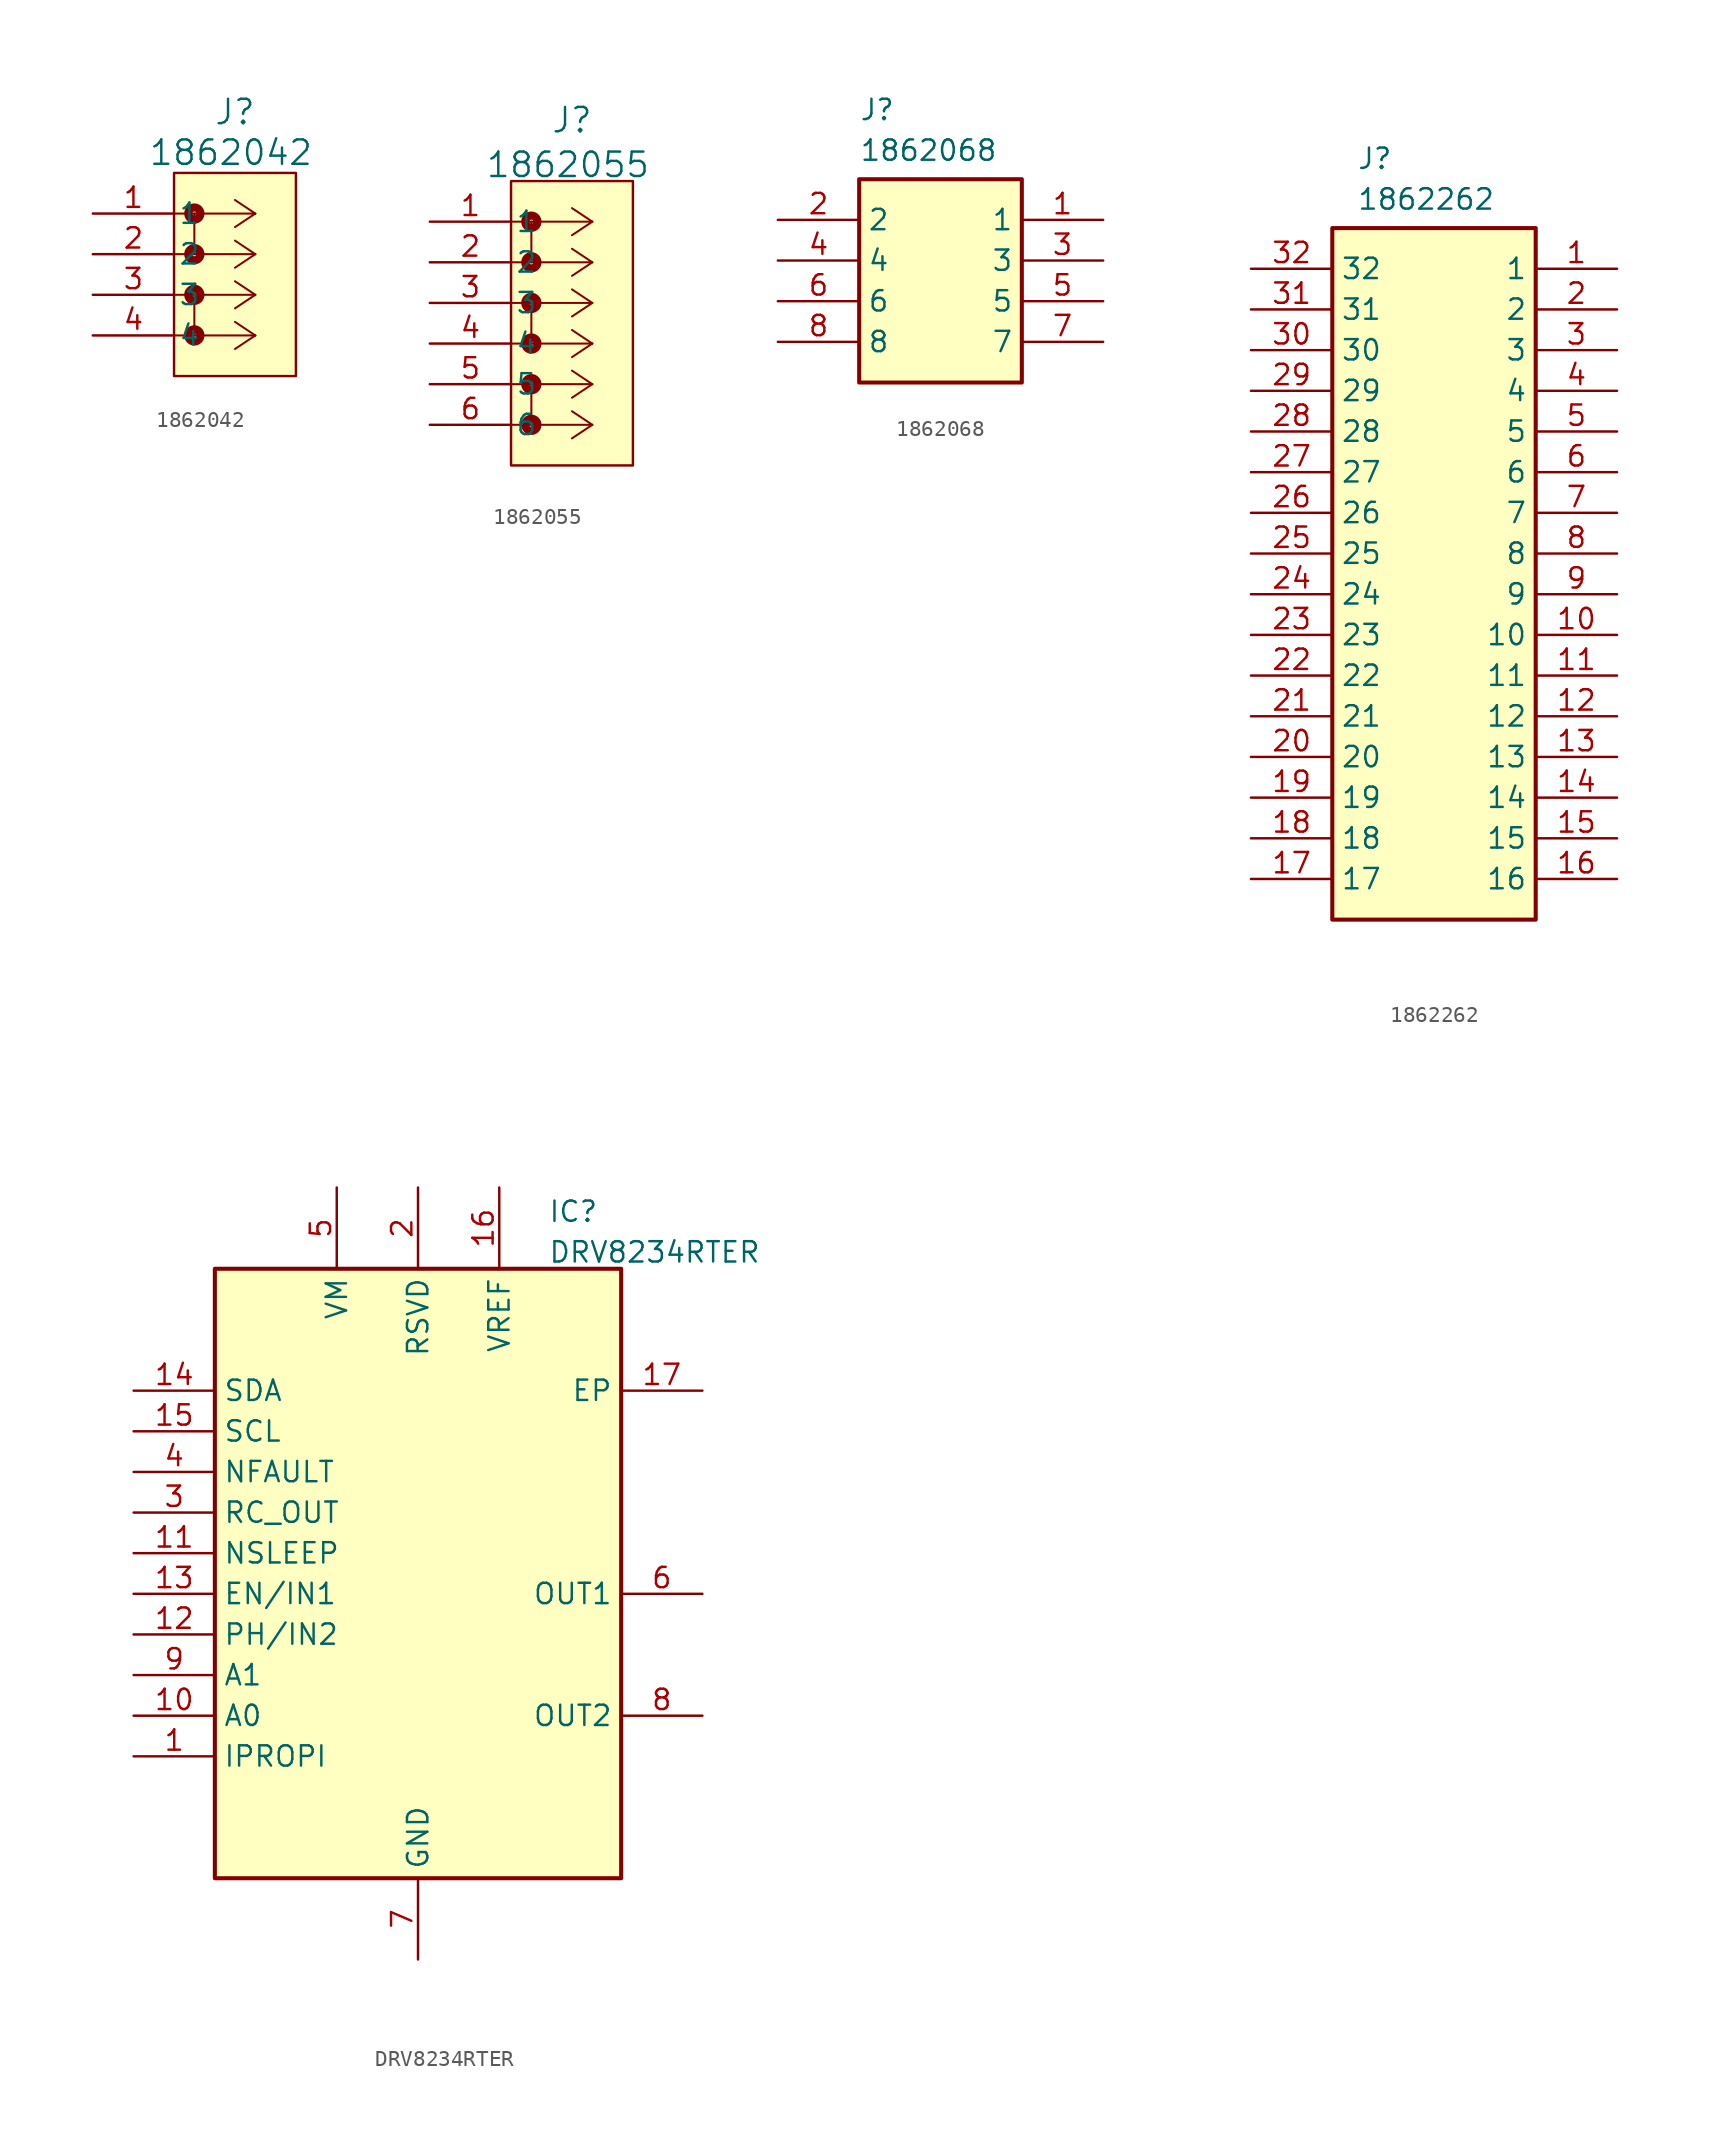
<source format=kicad_sym>
(kicad_symbol_lib
  (version 20231120)
  (generator "kicad_symbol_editor")
  (generator_version "8.0")
  (symbol "1862042"
    (pin_names
      (offset 0.254))
    (property "Reference" "J"
      (at 8.89 6.35 0)
      (effects (font (size 1.524 1.524))))
    (property "Value" "1862042"
      (at 8.636 3.81 0)
      (effects (font (size 1.524 1.524))))
    (symbol "1862042_0_1"
      (polyline (pts (xy 6.35 -5.08) (xy 6.35 -7.62)) (stroke (width 0.127) (type default)) (fill (type none)))
      (polyline (pts (xy 6.35 0) (xy 6.35 -2.54)) (stroke (width 0.127) (type default)) (fill (type none)))
      (polyline (pts (xy 10.16 -7.62) (xy 5.08 -7.62)) (stroke (width 0.127) (type default)) (fill (type none)))
      (polyline (pts (xy 10.16 -7.62) (xy 8.89 -8.467)) (stroke (width 0.127) (type default)) (fill (type none)))
      (polyline (pts (xy 10.16 -7.62) (xy 8.89 -6.773)) (stroke (width 0.127) (type default)) (fill (type none)))
      (polyline (pts (xy 10.16 -5.08) (xy 5.08 -5.08)) (stroke (width 0.127) (type default)) (fill (type none)))
      (polyline (pts (xy 10.16 -5.08) (xy 8.89 -5.927)) (stroke (width 0.127) (type default)) (fill (type none)))
      (polyline (pts (xy 10.16 -5.08) (xy 8.89 -4.233)) (stroke (width 0.127) (type default)) (fill (type none)))
      (polyline (pts (xy 10.16 -2.54) (xy 5.08 -2.54)) (stroke (width 0.127) (type default)) (fill (type none)))
      (polyline (pts (xy 10.16 -2.54) (xy 8.89 -3.387)) (stroke (width 0.127) (type default)) (fill (type none)))
      (polyline (pts (xy 10.16 -2.54) (xy 8.89 -1.693)) (stroke (width 0.127) (type default)) (fill (type none)))
      (polyline (pts (xy 10.16 0) (xy 5.08 0)) (stroke (width 0.127) (type default)) (fill (type none)))
      (polyline (pts (xy 10.16 0) (xy 8.89 -0.847)) (stroke (width 0.127) (type default)) (fill (type none)))
      (polyline (pts (xy 10.16 0) (xy 8.89 0.847)) (stroke (width 0.127) (type default)) (fill (type none)))
      (circle (center 6.35 -7.62) (radius 0.127) (stroke (width 0.508) (type default)) (fill (type none)))
      (circle (center 6.35 -5.08) (radius 0.127) (stroke (width 0.508) (type default)) (fill (type none)))
      (circle (center 6.35 -2.54) (radius 0.127) (stroke (width 0.508) (type default)) (fill (type none)))
      (circle (center 6.35 0) (radius 0.127) (stroke (width 0.508) (type default)) (fill (type none))))
    (symbol "1862042_1_1"
      (rectangle (start 5.08 2.54) (end 12.7 -10.16) (stroke (width 0) (type default)) (fill (type color) (color 255 255 194 1)))
      (pin passive line (at 0 0 0) (length 5.08) (name "1" (effects (font (size 1.27 1.27)))) (number "1" (effects (font (size 1.27 1.27)))))
      (pin passive line (at 0 -2.54 0) (length 5.08) (name "2" (effects (font (size 1.27 1.27)))) (number "2" (effects (font (size 1.27 1.27)))))
      (pin passive line (at 0 -5.08 0) (length 5.08) (name "3" (effects (font (size 1.27 1.27)))) (number "3" (effects (font (size 1.27 1.27)))))
      (pin passive line (at 0 -7.62 0) (length 5.08) (name "4" (effects (font (size 1.27 1.27)))) (number "4" (effects (font (size 1.27 1.27)))))))
  (symbol "1862055"
    (pin_names
      (offset 0.254))
    (property "Reference" "J"
      (at 8.89 6.35 0)
      (effects (font (size 1.524 1.524))))
    (property "Value" "1862055"
      (at 8.636 3.556 0)
      (effects (font (size 1.524 1.524))))
    (symbol "1862055_0_1"
      (polyline (pts (xy 6.35 -10.16) (xy 6.35 -12.7)) (stroke (width 0.127) (type default)) (fill (type none)))
      (polyline (pts (xy 6.35 -5.08) (xy 6.35 -7.62)) (stroke (width 0.127) (type default)) (fill (type none)))
      (polyline (pts (xy 6.35 0) (xy 6.35 -2.54)) (stroke (width 0.127) (type default)) (fill (type none)))
      (polyline (pts (xy 10.16 -12.7) (xy 5.08 -12.7)) (stroke (width 0.127) (type default)) (fill (type none)))
      (polyline (pts (xy 10.16 -12.7) (xy 8.89 -13.547)) (stroke (width 0.127) (type default)) (fill (type none)))
      (polyline (pts (xy 10.16 -12.7) (xy 8.89 -11.853)) (stroke (width 0.127) (type default)) (fill (type none)))
      (polyline (pts (xy 10.16 -10.16) (xy 5.08 -10.16)) (stroke (width 0.127) (type default)) (fill (type none)))
      (polyline (pts (xy 10.16 -10.16) (xy 8.89 -11.007)) (stroke (width 0.127) (type default)) (fill (type none)))
      (polyline (pts (xy 10.16 -10.16) (xy 8.89 -9.313)) (stroke (width 0.127) (type default)) (fill (type none)))
      (polyline (pts (xy 10.16 -7.62) (xy 5.08 -7.62)) (stroke (width 0.127) (type default)) (fill (type none)))
      (polyline (pts (xy 10.16 -7.62) (xy 8.89 -8.467)) (stroke (width 0.127) (type default)) (fill (type none)))
      (polyline (pts (xy 10.16 -7.62) (xy 8.89 -6.773)) (stroke (width 0.127) (type default)) (fill (type none)))
      (polyline (pts (xy 10.16 -5.08) (xy 5.08 -5.08)) (stroke (width 0.127) (type default)) (fill (type none)))
      (polyline (pts (xy 10.16 -5.08) (xy 8.89 -5.927)) (stroke (width 0.127) (type default)) (fill (type none)))
      (polyline (pts (xy 10.16 -5.08) (xy 8.89 -4.233)) (stroke (width 0.127) (type default)) (fill (type none)))
      (polyline (pts (xy 10.16 -2.54) (xy 5.08 -2.54)) (stroke (width 0.127) (type default)) (fill (type none)))
      (polyline (pts (xy 10.16 -2.54) (xy 8.89 -3.387)) (stroke (width 0.127) (type default)) (fill (type none)))
      (polyline (pts (xy 10.16 -2.54) (xy 8.89 -1.693)) (stroke (width 0.127) (type default)) (fill (type none)))
      (polyline (pts (xy 10.16 0) (xy 5.08 0)) (stroke (width 0.127) (type default)) (fill (type none)))
      (polyline (pts (xy 10.16 0) (xy 8.89 -0.847)) (stroke (width 0.127) (type default)) (fill (type none)))
      (polyline (pts (xy 10.16 0) (xy 8.89 0.847)) (stroke (width 0.127) (type default)) (fill (type none)))
      (circle (center 6.35 -12.7) (radius 0.127) (stroke (width 0.508) (type default)) (fill (type none)))
      (circle (center 6.35 -10.16) (radius 0.127) (stroke (width 0.508) (type default)) (fill (type none)))
      (circle (center 6.35 -7.62) (radius 0.127) (stroke (width 0.508) (type default)) (fill (type none)))
      (circle (center 6.35 -5.08) (radius 0.127) (stroke (width 0.508) (type default)) (fill (type none)))
      (circle (center 6.35 -2.54) (radius 0.127) (stroke (width 0.508) (type default)) (fill (type none)))
      (circle (center 6.35 0) (radius 0.127) (stroke (width 0.508) (type default)) (fill (type none)))
      (pin unspecified line (at 0 0 0) (length 5.08) (name "1" (effects (font (size 1.27 1.27)))) (number "1" (effects (font (size 1.27 1.27)))))
      (pin unspecified line (at 0 -2.54 0) (length 5.08) (name "2" (effects (font (size 1.27 1.27)))) (number "2" (effects (font (size 1.27 1.27)))))
      (pin unspecified line (at 0 -5.08 0) (length 5.08) (name "3" (effects (font (size 1.27 1.27)))) (number "3" (effects (font (size 1.27 1.27)))))
      (pin unspecified line (at 0 -7.62 0) (length 5.08) (name "4" (effects (font (size 1.27 1.27)))) (number "4" (effects (font (size 1.27 1.27)))))
      (pin unspecified line (at 0 -10.16 0) (length 5.08) (name "5" (effects (font (size 1.27 1.27)))) (number "5" (effects (font (size 1.27 1.27)))))
      (pin unspecified line (at 0 -12.7 0) (length 5.08) (name "6" (effects (font (size 1.27 1.27)))) (number "6" (effects (font (size 1.27 1.27))))))
    (symbol "1862055_1_1"
      (rectangle (start 5.08 2.54) (end 12.7 -15.24) (stroke (width 0) (type default)) (fill (type background)))))
  (symbol "1862068"
    (property "Reference" "J"
      (at 5.08 7.62 0)
      (effects (font (size 1.27 1.27)) (justify left top)))
    (property "Value" "1862068"
      (at 5.08 5.08 0)
      (effects (font (size 1.27 1.27)) (justify left top)))
    (symbol "1862068_1_1"
      (rectangle (start 5.08 2.54) (end 15.24 -10.16) (stroke (width 0.254) (type default)) (fill (type background)))
      (pin passive line (at 20.32 0 180) (length 5.08) (name "1" (effects (font (size 1.27 1.27)))) (number "1" (effects (font (size 1.27 1.27)))))
      (pin passive line (at 0 0 0) (length 5.08) (name "2" (effects (font (size 1.27 1.27)))) (number "2" (effects (font (size 1.27 1.27)))))
      (pin passive line (at 20.32 -2.54 180) (length 5.08) (name "3" (effects (font (size 1.27 1.27)))) (number "3" (effects (font (size 1.27 1.27)))))
      (pin passive line (at 0 -2.54 0) (length 5.08) (name "4" (effects (font (size 1.27 1.27)))) (number "4" (effects (font (size 1.27 1.27)))))
      (pin passive line (at 20.32 -5.08 180) (length 5.08) (name "5" (effects (font (size 1.27 1.27)))) (number "5" (effects (font (size 1.27 1.27)))))
      (pin passive line (at 0 -5.08 0) (length 5.08) (name "6" (effects (font (size 1.27 1.27)))) (number "6" (effects (font (size 1.27 1.27)))))
      (pin passive line (at 20.32 -7.62 180) (length 5.08) (name "7" (effects (font (size 1.27 1.27)))) (number "7" (effects (font (size 1.27 1.27)))))
      (pin passive line (at 0 -7.62 0) (length 5.08) (name "8" (effects (font (size 1.27 1.27)))) (number "8" (effects (font (size 1.27 1.27)))))))
  (symbol "1862262"
    (property "Reference" "J"
      (at 6.604 7.62 0)
      (effects (font (size 1.27 1.27)) (justify left top)))
    (property "Value" "1862262"
      (at 6.604 5.08 0)
      (effects (font (size 1.27 1.27)) (justify left top)))
    (symbol "1862262_1_1"
      (rectangle (start 5.08 2.54) (end 17.78 -40.64) (stroke (width 0.254) (type default)) (fill (type background)))
      (pin passive line (at 22.86 0 180) (length 5.08) (name "1" (effects (font (size 1.27 1.27)))) (number "1" (effects (font (size 1.27 1.27)))))
      (pin passive line (at 22.86 -22.86 180) (length 5.08) (name "10" (effects (font (size 1.27 1.27)))) (number "10" (effects (font (size 1.27 1.27)))))
      (pin passive line (at 22.86 -25.4 180) (length 5.08) (name "11" (effects (font (size 1.27 1.27)))) (number "11" (effects (font (size 1.27 1.27)))))
      (pin passive line (at 22.86 -27.94 180) (length 5.08) (name "12" (effects (font (size 1.27 1.27)))) (number "12" (effects (font (size 1.27 1.27)))))
      (pin passive line (at 22.86 -30.48 180) (length 5.08) (name "13" (effects (font (size 1.27 1.27)))) (number "13" (effects (font (size 1.27 1.27)))))
      (pin passive line (at 22.86 -33.02 180) (length 5.08) (name "14" (effects (font (size 1.27 1.27)))) (number "14" (effects (font (size 1.27 1.27)))))
      (pin passive line (at 22.86 -35.56 180) (length 5.08) (name "15" (effects (font (size 1.27 1.27)))) (number "15" (effects (font (size 1.27 1.27)))))
      (pin passive line (at 22.86 -38.1 180) (length 5.08) (name "16" (effects (font (size 1.27 1.27)))) (number "16" (effects (font (size 1.27 1.27)))))
      (pin passive line (at 0 -38.1 0) (length 5.08) (name "17" (effects (font (size 1.27 1.27)))) (number "17" (effects (font (size 1.27 1.27)))))
      (pin passive line (at 0 -35.56 0) (length 5.08) (name "18" (effects (font (size 1.27 1.27)))) (number "18" (effects (font (size 1.27 1.27)))))
      (pin passive line (at 0 -33.02 0) (length 5.08) (name "19" (effects (font (size 1.27 1.27)))) (number "19" (effects (font (size 1.27 1.27)))))
      (pin passive line (at 22.86 -2.54 180) (length 5.08) (name "2" (effects (font (size 1.27 1.27)))) (number "2" (effects (font (size 1.27 1.27)))))
      (pin passive line (at 0 -30.48 0) (length 5.08) (name "20" (effects (font (size 1.27 1.27)))) (number "20" (effects (font (size 1.27 1.27)))))
      (pin passive line (at 0 -27.94 0) (length 5.08) (name "21" (effects (font (size 1.27 1.27)))) (number "21" (effects (font (size 1.27 1.27)))))
      (pin passive line (at 0 -25.4 0) (length 5.08) (name "22" (effects (font (size 1.27 1.27)))) (number "22" (effects (font (size 1.27 1.27)))))
      (pin passive line (at 0 -22.86 0) (length 5.08) (name "23" (effects (font (size 1.27 1.27)))) (number "23" (effects (font (size 1.27 1.27)))))
      (pin passive line (at 0 -20.32 0) (length 5.08) (name "24" (effects (font (size 1.27 1.27)))) (number "24" (effects (font (size 1.27 1.27)))))
      (pin passive line (at 0 -17.78 0) (length 5.08) (name "25" (effects (font (size 1.27 1.27)))) (number "25" (effects (font (size 1.27 1.27)))))
      (pin passive line (at 0 -15.24 0) (length 5.08) (name "26" (effects (font (size 1.27 1.27)))) (number "26" (effects (font (size 1.27 1.27)))))
      (pin passive line (at 0 -12.7 0) (length 5.08) (name "27" (effects (font (size 1.27 1.27)))) (number "27" (effects (font (size 1.27 1.27)))))
      (pin passive line (at 0 -10.16 0) (length 5.08) (name "28" (effects (font (size 1.27 1.27)))) (number "28" (effects (font (size 1.27 1.27)))))
      (pin passive line (at 0 -7.62 0) (length 5.08) (name "29" (effects (font (size 1.27 1.27)))) (number "29" (effects (font (size 1.27 1.27)))))
      (pin passive line (at 22.86 -5.08 180) (length 5.08) (name "3" (effects (font (size 1.27 1.27)))) (number "3" (effects (font (size 1.27 1.27)))))
      (pin passive line (at 0 -5.08 0) (length 5.08) (name "30" (effects (font (size 1.27 1.27)))) (number "30" (effects (font (size 1.27 1.27)))))
      (pin passive line (at 0 -2.54 0) (length 5.08) (name "31" (effects (font (size 1.27 1.27)))) (number "31" (effects (font (size 1.27 1.27)))))
      (pin passive line (at 0 0 0) (length 5.08) (name "32" (effects (font (size 1.27 1.27)))) (number "32" (effects (font (size 1.27 1.27)))))
      (pin passive line (at 22.86 -7.62 180) (length 5.08) (name "4" (effects (font (size 1.27 1.27)))) (number "4" (effects (font (size 1.27 1.27)))))
      (pin passive line (at 22.86 -10.16 180) (length 5.08) (name "5" (effects (font (size 1.27 1.27)))) (number "5" (effects (font (size 1.27 1.27)))))
      (pin passive line (at 22.86 -12.7 180) (length 5.08) (name "6" (effects (font (size 1.27 1.27)))) (number "6" (effects (font (size 1.27 1.27)))))
      (pin passive line (at 22.86 -15.24 180) (length 5.08) (name "7" (effects (font (size 1.27 1.27)))) (number "7" (effects (font (size 1.27 1.27)))))
      (pin passive line (at 22.86 -17.78 180) (length 5.08) (name "8" (effects (font (size 1.27 1.27)))) (number "8" (effects (font (size 1.27 1.27)))))
      (pin passive line (at 22.86 -20.32 180) (length 5.08) (name "9" (effects (font (size 1.27 1.27)))) (number "9" (effects (font (size 1.27 1.27)))))))
  (symbol "DRV8234RTER"
    (property "Reference" "IC"
      (at 8.128 23.368 0)
      (effects (font (size 1.27 1.27)) (justify left top)))
    (property "Value" "DRV8234RTER"
      (at 8.128 20.828 0)
      (effects (font (size 1.27 1.27)) (justify left top)))
    (symbol "DRV8234RTER_1_1"
      (rectangle (start -12.7 19.05) (end 12.7 -19.05) (stroke (width 0.254) (type default)) (fill (type background)))
      (pin passive line (at -17.78 -11.43 0) (length 5.08) (name "IPROPI" (effects (font (size 1.27 1.27)))) (number "1" (effects (font (size 1.27 1.27)))))
      (pin passive line (at -17.78 -8.89 0) (length 5.08) (name "A0" (effects (font (size 1.27 1.27)))) (number "10" (effects (font (size 1.27 1.27)))))
      (pin passive line (at -17.78 1.27 0) (length 5.08) (name "NSLEEP" (effects (font (size 1.27 1.27)))) (number "11" (effects (font (size 1.27 1.27)))))
      (pin passive line (at -17.78 -3.81 0) (length 5.08) (name "PH/IN2" (effects (font (size 1.27 1.27)))) (number "12" (effects (font (size 1.27 1.27)))))
      (pin passive line (at -17.78 -1.27 0) (length 5.08) (name "EN/IN1" (effects (font (size 1.27 1.27)))) (number "13" (effects (font (size 1.27 1.27)))))
      (pin passive line (at -17.78 11.43 0) (length 5.08) (name "SDA" (effects (font (size 1.27 1.27)))) (number "14" (effects (font (size 1.27 1.27)))))
      (pin passive line (at -17.78 8.89 0) (length 5.08) (name "SCL" (effects (font (size 1.27 1.27)))) (number "15" (effects (font (size 1.27 1.27)))))
      (pin passive line (at 5.08 24.13 270) (length 5.08) (name "VREF" (effects (font (size 1.27 1.27)))) (number "16" (effects (font (size 1.27 1.27)))))
      (pin passive line (at 17.78 11.43 180) (length 5.08) (name "EP" (effects (font (size 1.27 1.27)))) (number "17" (effects (font (size 1.27 1.27)))))
      (pin passive line (at 0 24.13 270) (length 5.08) (name "RSVD" (effects (font (size 1.27 1.27)))) (number "2" (effects (font (size 1.27 1.27)))))
      (pin passive line (at -17.78 3.81 0) (length 5.08) (name "RC_OUT" (effects (font (size 1.27 1.27)))) (number "3" (effects (font (size 1.27 1.27)))))
      (pin passive line (at -17.78 6.35 0) (length 5.08) (name "NFAULT" (effects (font (size 1.27 1.27)))) (number "4" (effects (font (size 1.27 1.27)))))
      (pin passive line (at -5.08 24.13 270) (length 5.08) (name "VM" (effects (font (size 1.27 1.27)))) (number "5" (effects (font (size 1.27 1.27)))))
      (pin passive line (at 17.78 -1.27 180) (length 5.08) (name "OUT1" (effects (font (size 1.27 1.27)))) (number "6" (effects (font (size 1.27 1.27)))))
      (pin passive line (at 0 -24.13 90) (length 5.08) (name "GND" (effects (font (size 1.27 1.27)))) (number "7" (effects (font (size 1.27 1.27)))))
      (pin passive line (at 17.78 -8.89 180) (length 5.08) (name "OUT2" (effects (font (size 1.27 1.27)))) (number "8" (effects (font (size 1.27 1.27)))))
      (pin passive line (at -17.78 -6.35 0) (length 5.08) (name "A1" (effects (font (size 1.27 1.27)))) (number "9" (effects (font (size 1.27 1.27))))))))
</source>
